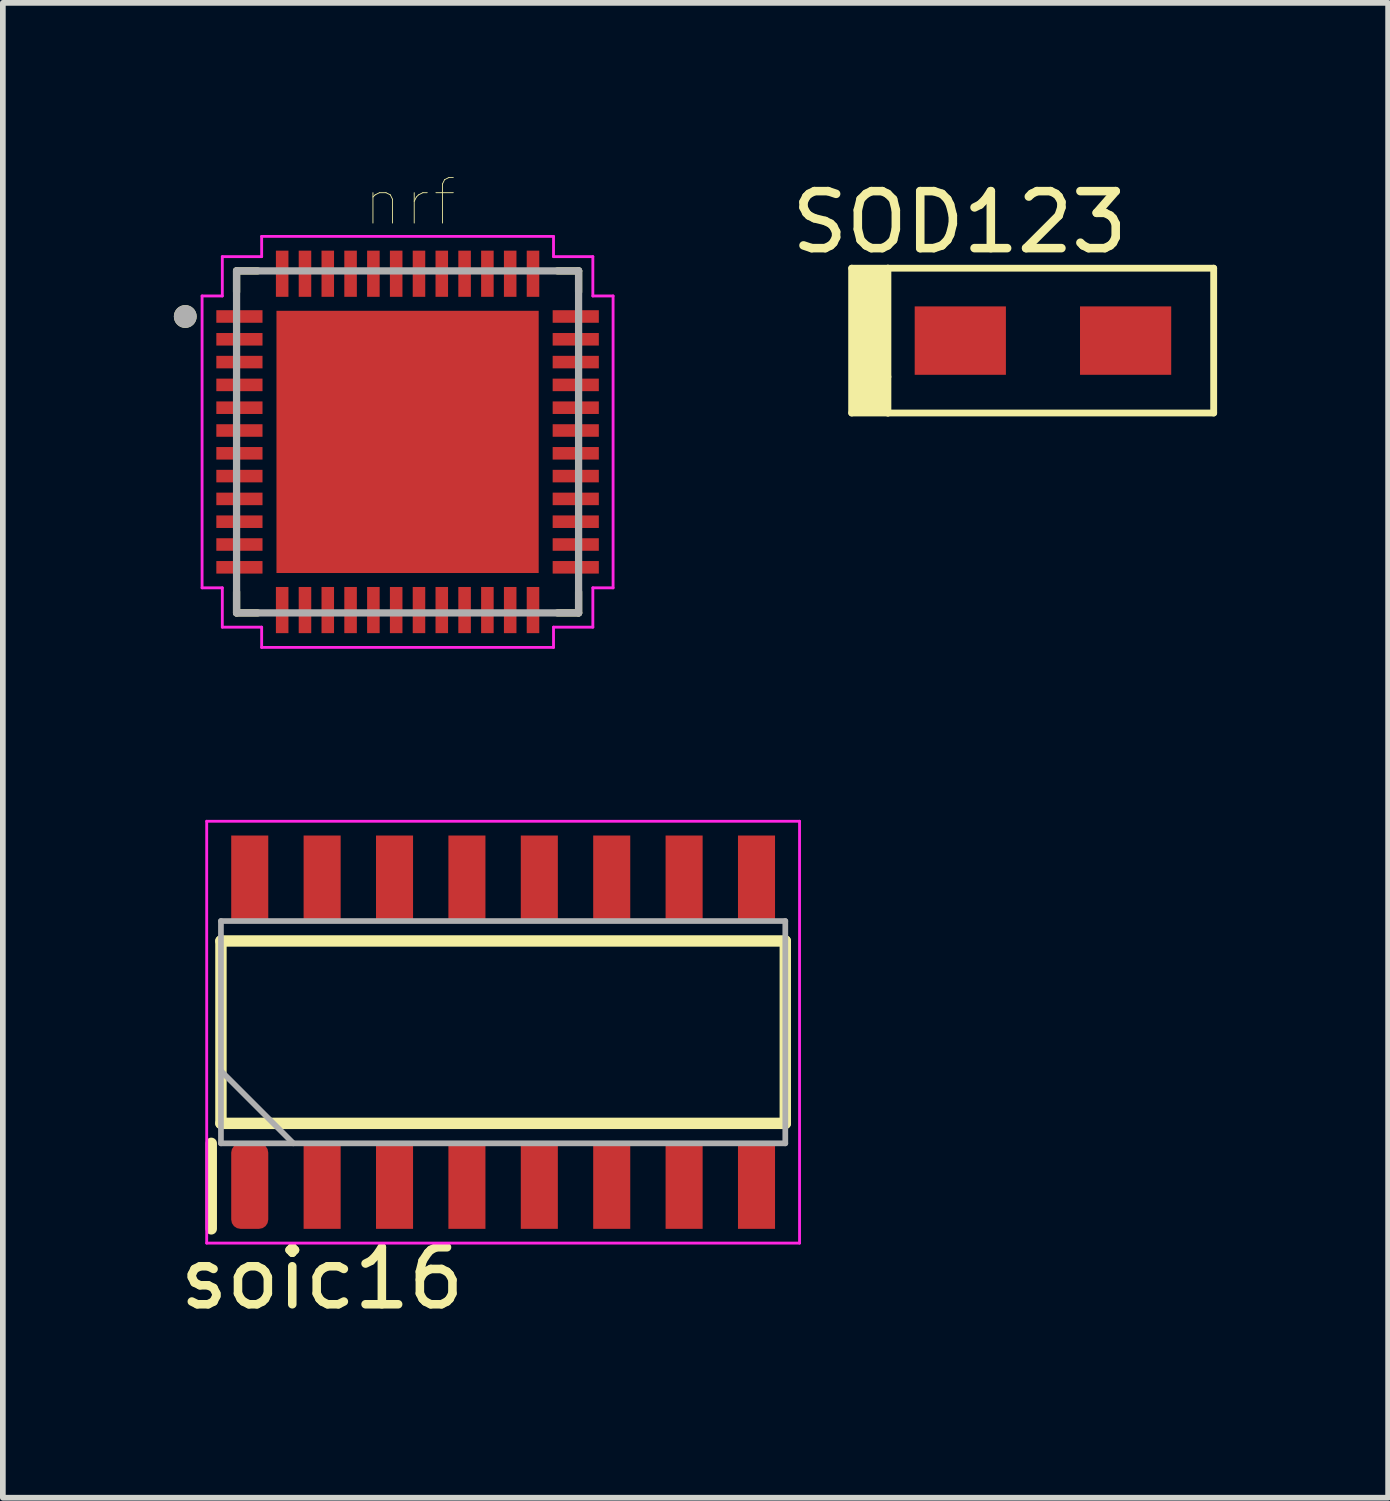
<source format=kicad_pcb>
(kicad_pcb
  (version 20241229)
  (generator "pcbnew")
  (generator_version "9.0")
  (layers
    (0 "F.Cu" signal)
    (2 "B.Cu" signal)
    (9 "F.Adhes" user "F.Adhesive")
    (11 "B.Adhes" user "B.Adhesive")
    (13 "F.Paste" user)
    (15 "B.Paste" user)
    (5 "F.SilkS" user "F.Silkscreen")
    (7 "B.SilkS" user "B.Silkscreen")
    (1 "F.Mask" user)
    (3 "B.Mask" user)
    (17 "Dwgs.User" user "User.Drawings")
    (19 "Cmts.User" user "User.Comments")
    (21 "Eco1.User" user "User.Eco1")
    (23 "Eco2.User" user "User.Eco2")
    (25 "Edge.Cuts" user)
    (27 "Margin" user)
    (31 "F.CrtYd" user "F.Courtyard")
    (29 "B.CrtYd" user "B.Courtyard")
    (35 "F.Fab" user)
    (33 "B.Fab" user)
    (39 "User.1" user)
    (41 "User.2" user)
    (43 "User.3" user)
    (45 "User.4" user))
  (footprint "soic16"
    (layer "F.Cu")
    (at 5.776 15.062)
    (property "Reference" "soic16" (at -3.175 4.313 0) (layer "F.SilkS") (effects (font (size 1 1) (thickness 0.15))))
    (fp_line (start -5.12 3.445) (end -5.12 1.945) (stroke (width 0.2) (type solid)) (layer "F.SilkS"))
    (fp_line (start -4.95 -1.605) (end 4.95 -1.605) (stroke (width 0.2) (type solid)) (layer "F.SilkS"))
    (fp_line (start -4.95 1.595) (end -4.95 -1.605) (stroke (width 0.2) (type solid)) (layer "F.SilkS"))
    (fp_line (start 4.95 -1.605) (end 4.95 1.595) (stroke (width 0.2) (type solid)) (layer "F.SilkS"))
    (fp_line (start 4.95 1.595) (end -4.95 1.595) (stroke (width 0.2) (type solid)) (layer "F.SilkS"))
    (fp_line (start -5.2 -3.705) (end 5.2 -3.705) (stroke (width 0.05) (type solid)) (layer "F.CrtYd"))
    (fp_line (start -5.2 3.695) (end -5.2 -3.705) (stroke (width 0.05) (type solid)) (layer "F.CrtYd"))
    (fp_line (start 5.2 -3.705) (end 5.2 3.695) (stroke (width 0.05) (type solid)) (layer "F.CrtYd"))
    (fp_line (start 5.2 3.695) (end -5.2 3.695) (stroke (width 0.05) (type solid)) (layer "F.CrtYd"))
    (fp_line (start -4.95 -1.955) (end 4.95 -1.955) (stroke (width 0.1) (type solid)) (layer "F.Fab"))
    (fp_line (start -4.95 1.945) (end -4.95 -1.955) (stroke (width 0.1) (type solid)) (layer "F.Fab"))
    (fp_line (start -3.68 1.945) (end -4.95 0.675) (stroke (width 0.1) (type solid)) (layer "F.Fab"))
    (fp_line (start 4.95 -1.955) (end 4.95 1.945) (stroke (width 0.1) (type solid)) (layer "F.Fab"))
    (fp_line (start 4.95 1.945) (end -4.95 1.945) (stroke (width 0.1) (type solid)) (layer "F.Fab"))
    (pad "1" smd roundrect (at -4.445 2.695 180) (size 0.65 1.5) (layers "F.Cu" "F.Mask" "F.Paste") (roundrect_rratio 0.25))
    (pad "2" smd rect (at -3.175 2.695 180) (size 0.65 1.5) (layers "F.Cu" "F.Mask" "F.Paste"))
    (pad "3" smd rect (at -1.905 2.695 180) (size 0.65 1.5) (layers "F.Cu" "F.Mask" "F.Paste"))
    (pad "4" smd rect (at -0.635 2.695 180) (size 0.65 1.5) (layers "F.Cu" "F.Mask" "F.Paste"))
    (pad "5" smd rect (at 0.635 2.695 180) (size 0.65 1.5) (layers "F.Cu" "F.Mask" "F.Paste"))
    (pad "6" smd rect (at 1.905 2.695 180) (size 0.65 1.5) (layers "F.Cu" "F.Mask" "F.Paste"))
    (pad "7" smd rect (at 3.175 2.695 180) (size 0.65 1.5) (layers "F.Cu" "F.Mask" "F.Paste"))
    (pad "8" smd rect (at 4.445 2.695 180) (size 0.65 1.5) (layers "F.Cu" "F.Mask" "F.Paste"))
    (pad "9" smd rect (at 4.445 -2.705 180) (size 0.65 1.5) (layers "F.Cu" "F.Mask" "F.Paste"))
    (pad "10" smd rect (at 3.175 -2.705 180) (size 0.65 1.5) (layers "F.Cu" "F.Mask" "F.Paste"))
    (pad "11" smd rect (at 1.905 -2.705 180) (size 0.65 1.5) (layers "F.Cu" "F.Mask" "F.Paste"))
    (pad "12" smd rect (at 0.635 -2.705 180) (size 0.65 1.5) (layers "F.Cu" "F.Mask" "F.Paste"))
    (pad "13" smd rect (at -0.635 -2.705 180) (size 0.65 1.5) (layers "F.Cu" "F.Mask" "F.Paste"))
    (pad "14" smd rect (at -1.905 -2.705 180) (size 0.65 1.5) (layers "F.Cu" "F.Mask" "F.Paste"))
    (pad "15" smd rect (at -3.175 -2.705 180) (size 0.65 1.5) (layers "F.Cu" "F.Mask" "F.Paste"))
    (pad "16" smd rect (at -4.445 -2.705 180) (size 0.65 1.5) (layers "F.Cu" "F.Mask" "F.Paste")))
  (footprint "nrf"
    (layer "F.Cu")
    (at 4.1 4.702)
    (property "Reference" "nrf" (at 0.04 -4.208 0) (layer "F.SilkS") (effects (font (size 0.8 0.8) (thickness 0.015))))
    (attr through_hole)
    (fp_line (start -3 -3) (end -3 -2.63) (stroke (width 0.127) (type solid)) (layer "F.SilkS"))
    (fp_line (start -3 2.63) (end -3 3) (stroke (width 0.127) (type solid)) (layer "F.SilkS"))
    (fp_line (start -3 3) (end -2.63 3) (stroke (width 0.127) (type solid)) (layer "F.SilkS"))
    (fp_line (start -2.63 -3) (end -3 -3) (stroke (width 0.127) (type solid)) (layer "F.SilkS"))
    (fp_line (start 2.63 3) (end 3 3) (stroke (width 0.127) (type solid)) (layer "F.SilkS"))
    (fp_line (start 3 -3) (end 2.63 -3) (stroke (width 0.127) (type solid)) (layer "F.SilkS"))
    (fp_line (start 3 -2.63) (end 3 -3) (stroke (width 0.127) (type solid)) (layer "F.SilkS"))
    (fp_line (start 3 3) (end 3 2.63) (stroke (width 0.127) (type solid)) (layer "F.SilkS"))
    (fp_circle (center -3.9 -2.2) (end -3.8 -2.2) (stroke (width 0.2) (type solid)) (fill no) (layer "F.SilkS"))
    (fp_poly (pts (xy -1.965 -1.965) (xy -0.335 -1.965) (xy -0.335 -0.335) (xy -1.965 -0.335)) (stroke (width 0.01) (type solid)) (fill yes) (layer "F.Paste"))
    (fp_poly (pts (xy -1.965 0.335) (xy -0.335 0.335) (xy -0.335 1.965) (xy -1.965 1.965)) (stroke (width 0.01) (type solid)) (fill yes) (layer "F.Paste"))
    (fp_poly (pts (xy 0.335 -1.965) (xy 1.965 -1.965) (xy 1.965 -0.335) (xy 0.335 -0.335)) (stroke (width 0.01) (type solid)) (fill yes) (layer "F.Paste"))
    (fp_poly (pts (xy 0.335 0.335) (xy 1.965 0.335) (xy 1.965 1.965) (xy 0.335 1.965)) (stroke (width 0.01) (type solid)) (fill yes) (layer "F.Paste"))
    (fp_line (start -3.605 -2.56) (end -3.25 -2.56) (stroke (width 0.05) (type solid)) (layer "F.CrtYd"))
    (fp_line (start -3.605 2.56) (end -3.605 -2.56) (stroke (width 0.05) (type solid)) (layer "F.CrtYd"))
    (fp_line (start -3.25 -3.25) (end -2.56 -3.25) (stroke (width 0.05) (type solid)) (layer "F.CrtYd"))
    (fp_line (start -3.25 -2.56) (end -3.25 -3.25) (stroke (width 0.05) (type solid)) (layer "F.CrtYd"))
    (fp_line (start -3.25 2.56) (end -3.605 2.56) (stroke (width 0.05) (type solid)) (layer "F.CrtYd"))
    (fp_line (start -3.25 3.25) (end -3.25 2.56) (stroke (width 0.05) (type solid)) (layer "F.CrtYd"))
    (fp_line (start -2.56 -3.605) (end 2.56 -3.605) (stroke (width 0.05) (type solid)) (layer "F.CrtYd"))
    (fp_line (start -2.56 -3.25) (end -2.56 -3.605) (stroke (width 0.05) (type solid)) (layer "F.CrtYd"))
    (fp_line (start -2.56 3.25) (end -3.25 3.25) (stroke (width 0.05) (type solid)) (layer "F.CrtYd"))
    (fp_line (start -2.56 3.605) (end -2.56 3.25) (stroke (width 0.05) (type solid)) (layer "F.CrtYd"))
    (fp_line (start 2.56 -3.605) (end 2.56 -3.25) (stroke (width 0.05) (type solid)) (layer "F.CrtYd"))
    (fp_line (start 2.56 -3.25) (end 3.25 -3.25) (stroke (width 0.05) (type solid)) (layer "F.CrtYd"))
    (fp_line (start 2.56 3.25) (end 2.56 3.605) (stroke (width 0.05) (type solid)) (layer "F.CrtYd"))
    (fp_line (start 2.56 3.605) (end -2.56 3.605) (stroke (width 0.05) (type solid)) (layer "F.CrtYd"))
    (fp_line (start 3.25 -3.25) (end 3.25 -2.56) (stroke (width 0.05) (type solid)) (layer "F.CrtYd"))
    (fp_line (start 3.25 -2.56) (end 3.605 -2.56) (stroke (width 0.05) (type solid)) (layer "F.CrtYd"))
    (fp_line (start 3.25 2.56) (end 3.25 3.25) (stroke (width 0.05) (type solid)) (layer "F.CrtYd"))
    (fp_line (start 3.25 3.25) (end 2.56 3.25) (stroke (width 0.05) (type solid)) (layer "F.CrtYd"))
    (fp_line (start 3.605 -2.56) (end 3.605 2.56) (stroke (width 0.05) (type solid)) (layer "F.CrtYd"))
    (fp_line (start 3.605 2.56) (end 3.25 2.56) (stroke (width 0.05) (type solid)) (layer "F.CrtYd"))
    (fp_line (start -3 -3) (end -3 3) (stroke (width 0.127) (type solid)) (layer "F.Fab"))
    (fp_line (start -3 3) (end 3 3) (stroke (width 0.127) (type solid)) (layer "F.Fab"))
    (fp_line (start 3 -3) (end -3 -3) (stroke (width 0.127) (type solid)) (layer "F.Fab"))
    (fp_line (start 3 3) (end 3 -3) (stroke (width 0.127) (type solid)) (layer "F.Fab"))
    (fp_circle (center -3.9 -2.2) (end -3.8 -2.2) (stroke (width 0.2) (type solid)) (fill no) (layer "F.Fab"))
    (pad "1" smd rect (at -2.95 -2.2) (size 0.81 0.22) (layers "F.Cu" "F.Mask" "F.Paste"))
    (pad "2" smd rect (at -2.95 -1.8) (size 0.81 0.22) (layers "F.Cu" "F.Mask" "F.Paste"))
    (pad "3" smd rect (at -2.95 -1.4) (size 0.81 0.22) (layers "F.Cu" "F.Mask" "F.Paste"))
    (pad "4" smd rect (at -2.95 -1) (size 0.81 0.22) (layers "F.Cu" "F.Mask" "F.Paste"))
    (pad "5" smd rect (at -2.95 -0.6) (size 0.81 0.22) (layers "F.Cu" "F.Mask" "F.Paste"))
    (pad "6" smd rect (at -2.95 -0.2) (size 0.81 0.22) (layers "F.Cu" "F.Mask" "F.Paste"))
    (pad "7" smd rect (at -2.95 0.2) (size 0.81 0.22) (layers "F.Cu" "F.Mask" "F.Paste"))
    (pad "8" smd rect (at -2.95 0.6) (size 0.81 0.22) (layers "F.Cu" "F.Mask" "F.Paste"))
    (pad "9" smd rect (at -2.95 1) (size 0.81 0.22) (layers "F.Cu" "F.Mask" "F.Paste"))
    (pad "10" smd rect (at -2.95 1.4) (size 0.81 0.22) (layers "F.Cu" "F.Mask" "F.Paste"))
    (pad "11" smd rect (at -2.95 1.8) (size 0.81 0.22) (layers "F.Cu" "F.Mask" "F.Paste"))
    (pad "12" smd rect (at -2.95 2.2) (size 0.81 0.22) (layers "F.Cu" "F.Mask" "F.Paste"))
    (pad "13" smd rect (at -2.2 2.95) (size 0.22 0.81) (layers "F.Cu" "F.Mask" "F.Paste"))
    (pad "14" smd rect (at -1.8 2.95) (size 0.22 0.81) (layers "F.Cu" "F.Mask" "F.Paste"))
    (pad "15" smd rect (at -1.4 2.95) (size 0.22 0.81) (layers "F.Cu" "F.Mask" "F.Paste"))
    (pad "16" smd rect (at -1 2.95) (size 0.22 0.81) (layers "F.Cu" "F.Mask" "F.Paste"))
    (pad "17" smd rect (at -0.6 2.95) (size 0.22 0.81) (layers "F.Cu" "F.Mask" "F.Paste"))
    (pad "18" smd rect (at -0.2 2.95) (size 0.22 0.81) (layers "F.Cu" "F.Mask" "F.Paste"))
    (pad "19" smd rect (at 0.2 2.95) (size 0.22 0.81) (layers "F.Cu" "F.Mask" "F.Paste"))
    (pad "20" smd rect (at 0.6 2.95) (size 0.22 0.81) (layers "F.Cu" "F.Mask" "F.Paste"))
    (pad "21" smd rect (at 1 2.95) (size 0.22 0.81) (layers "F.Cu" "F.Mask" "F.Paste"))
    (pad "22" smd rect (at 1.4 2.95) (size 0.22 0.81) (layers "F.Cu" "F.Mask" "F.Paste"))
    (pad "23" smd rect (at 1.8 2.95) (size 0.22 0.81) (layers "F.Cu" "F.Mask" "F.Paste"))
    (pad "24" smd rect (at 2.2 2.95) (size 0.22 0.81) (layers "F.Cu" "F.Mask" "F.Paste"))
    (pad "25" smd rect (at 2.95 2.2) (size 0.81 0.22) (layers "F.Cu" "F.Mask" "F.Paste"))
    (pad "26" smd rect (at 2.95 1.8) (size 0.81 0.22) (layers "F.Cu" "F.Mask" "F.Paste"))
    (pad "27" smd rect (at 2.95 1.4) (size 0.81 0.22) (layers "F.Cu" "F.Mask" "F.Paste"))
    (pad "28" smd rect (at 2.95 1) (size 0.81 0.22) (layers "F.Cu" "F.Mask" "F.Paste"))
    (pad "29" smd rect (at 2.95 0.6) (size 0.81 0.22) (layers "F.Cu" "F.Mask" "F.Paste"))
    (pad "30" smd rect (at 2.95 0.2) (size 0.81 0.22) (layers "F.Cu" "F.Mask" "F.Paste"))
    (pad "31" smd rect (at 2.95 -0.2) (size 0.81 0.22) (layers "F.Cu" "F.Mask" "F.Paste"))
    (pad "32" smd rect (at 2.95 -0.6) (size 0.81 0.22) (layers "F.Cu" "F.Mask" "F.Paste"))
    (pad "33" smd rect (at 2.95 -1) (size 0.81 0.22) (layers "F.Cu" "F.Mask" "F.Paste"))
    (pad "34" smd rect (at 2.95 -1.4) (size 0.81 0.22) (layers "F.Cu" "F.Mask" "F.Paste"))
    (pad "35" smd rect (at 2.95 -1.8) (size 0.81 0.22) (layers "F.Cu" "F.Mask" "F.Paste"))
    (pad "36" smd rect (at 2.95 -2.2) (size 0.81 0.22) (layers "F.Cu" "F.Mask" "F.Paste"))
    (pad "37" smd rect (at 2.2 -2.95) (size 0.22 0.81) (layers "F.Cu" "F.Mask" "F.Paste"))
    (pad "38" smd rect (at 1.8 -2.95) (size 0.22 0.81) (layers "F.Cu" "F.Mask" "F.Paste"))
    (pad "39" smd rect (at 1.4 -2.95) (size 0.22 0.81) (layers "F.Cu" "F.Mask" "F.Paste"))
    (pad "40" smd rect (at 1 -2.95) (size 0.22 0.81) (layers "F.Cu" "F.Mask" "F.Paste"))
    (pad "41" smd rect (at 0.6 -2.95) (size 0.22 0.81) (layers "F.Cu" "F.Mask" "F.Paste"))
    (pad "42" smd rect (at 0.2 -2.95) (size 0.22 0.81) (layers "F.Cu" "F.Mask" "F.Paste"))
    (pad "43" smd rect (at -0.2 -2.95) (size 0.22 0.81) (layers "F.Cu" "F.Mask" "F.Paste"))
    (pad "44" smd rect (at -0.6 -2.95) (size 0.22 0.81) (layers "F.Cu" "F.Mask" "F.Paste"))
    (pad "45" smd rect (at -1 -2.95) (size 0.22 0.81) (layers "F.Cu" "F.Mask" "F.Paste"))
    (pad "46" smd rect (at -1.4 -2.95) (size 0.22 0.81) (layers "F.Cu" "F.Mask" "F.Paste"))
    (pad "47" smd rect (at -1.8 -2.95) (size 0.22 0.81) (layers "F.Cu" "F.Mask" "F.Paste"))
    (pad "48" smd rect (at -2.2 -2.95) (size 0.22 0.81) (layers "F.Cu" "F.Mask" "F.Paste"))
    (pad "49" smd rect (at 0 0) (size 4.6 4.6) (layers "F.Cu" "F.Mask")))
  (footprint "SOD123"
    (layer "F.Cu")
    (at 13.796 2.925)
    (property "Reference" "SOD123" (at -0.012 -2.077 0) (layer "F.SilkS") (effects (font (size 1 1) (thickness 0.15))))
    (fp_line (start -1.905 -1.27) (end -1.905 1.27) (stroke (width 0.12) (type solid)) (layer "F.SilkS"))
    (fp_line (start -1.905 1.27) (end -1.27 1.27) (stroke (width 0.12) (type solid)) (layer "F.SilkS"))
    (fp_line (start -1.27 -1.27) (end -1.905 -1.27) (stroke (width 0.12) (type solid)) (layer "F.SilkS"))
    (fp_line (start -1.27 -1.27) (end 4.445 -1.27) (stroke (width 0.12) (type solid)) (layer "F.SilkS"))
    (fp_line (start -1.27 0.635) (end -1.27 -1.27) (stroke (width 0.12) (type solid)) (layer "F.SilkS"))
    (fp_line (start -1.27 1.27) (end -1.27 0.635) (stroke (width 0.12) (type solid)) (layer "F.SilkS"))
    (fp_line (start 4.445 -1.27) (end 4.445 1.27) (stroke (width 0.12) (type solid)) (layer "F.SilkS"))
    (fp_line (start 4.445 1.27) (end -1.27 1.27) (stroke (width 0.12) (type solid)) (layer "F.SilkS"))
    (fp_poly (pts (xy -1.27 1.27) (xy -1.905 1.27) (xy -1.905 -1.27) (xy -1.27 -1.27)) (stroke (width 0.1) (type solid)) (fill yes) (layer "F.SilkS"))
    (pad "1" smd rect (at 2.9 0) (size 1.6 1.2) (layers "F.Cu" "F.Mask" "F.Paste"))
    (pad "2" smd rect (at 0 0) (size 1.6 1.2) (layers "F.Cu" "F.Mask" "F.Paste")))
  (gr_rect
    (start -3 -3)
    (end 21.301 23.224)
    (stroke (width 0.1) (type default))
    (fill no)
    (layer "Edge.Cuts")))
</source>
